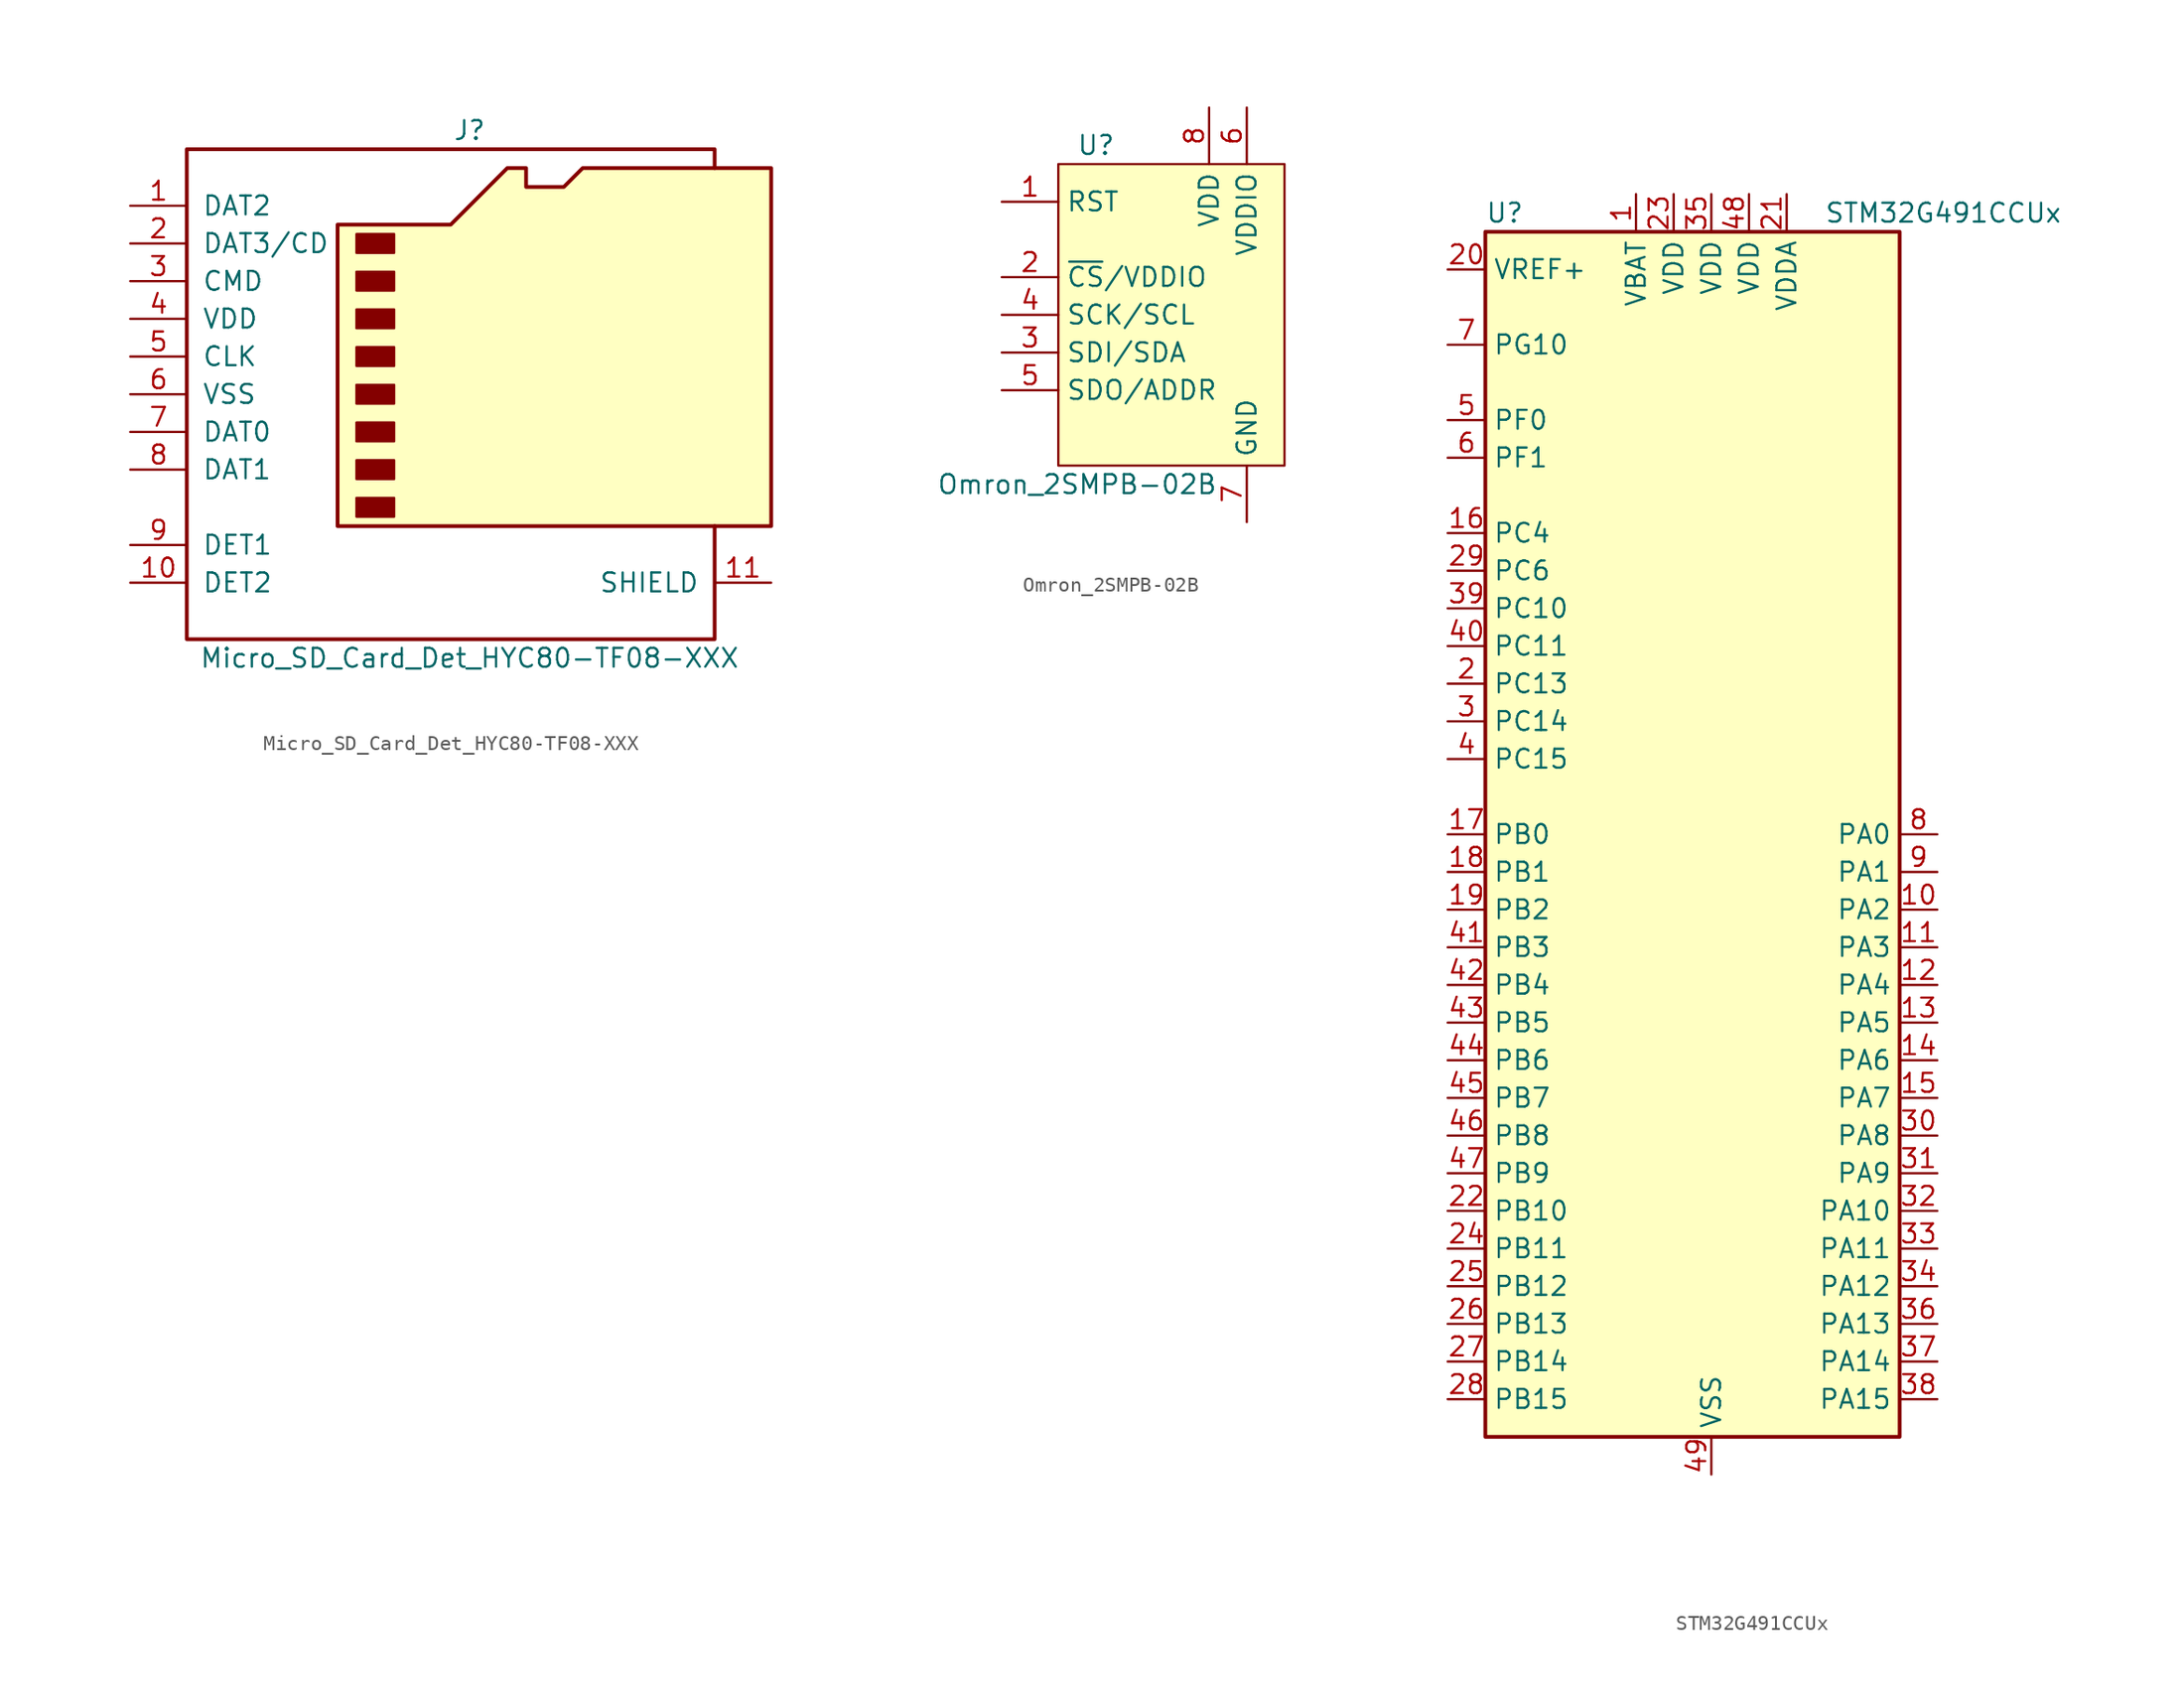
<source format=kicad_sym>
(kicad_symbol_lib
  (version 20210619)
  (generator kicad_symbol_editor)
  (symbol "flightcontroller-symbols:Micro_SD_Card_Det_HYC80-TF08-XXX"
    (pin_names
      (offset 1.016))
    (property "Reference" "J"
      (at 0 17.78 0)
      (effects (font (size 1.27 1.27))))
    (property "Value" "Micro_SD_Card_Det_HYC80-TF08-XXX"
      (at 0 -17.78 0)
      (effects (font (size 1.27 1.27))))
    (symbol "Micro_SD_Card_Det_HYC80-TF08-XXX_0_1"
      (rectangle (start -7.62 -6.985) (end -5.08 -8.255) (stroke (width 0)) (fill (type outline)))
      (rectangle (start -7.62 -4.445) (end -5.08 -5.715) (stroke (width 0)) (fill (type outline)))
      (rectangle (start -7.62 -1.905) (end -5.08 -3.175) (stroke (width 0)) (fill (type outline)))
      (rectangle (start -7.62 0.635) (end -5.08 -0.635) (stroke (width 0)) (fill (type outline)))
      (rectangle (start -7.62 3.175) (end -5.08 1.905) (stroke (width 0)) (fill (type outline)))
      (rectangle (start -7.62 5.715) (end -5.08 4.445) (stroke (width 0)) (fill (type outline)))
      (rectangle (start -7.62 8.255) (end -5.08 6.985) (stroke (width 0)) (fill (type outline)))
      (rectangle (start -7.62 10.795) (end -5.08 9.525) (stroke (width 0)) (fill (type outline)))
      (polyline (pts (xy 16.51 15.24) (xy 16.51 16.51) (xy -19.05 16.51) (xy -19.05 -16.51) (xy 16.51 -16.51) (xy 16.51 -8.89)) (stroke (width 0.254)) (fill (type none)))
      (polyline (pts (xy -8.89 -8.89) (xy -8.89 11.43) (xy -1.27 11.43) (xy 2.54 15.24) (xy 3.81 15.24) (xy 3.81 13.97) (xy 6.35 13.97) (xy 7.62 15.24) (xy 20.32 15.24) (xy 20.32 -8.89) (xy -8.89 -8.89)) (stroke (width 0.254)) (fill (type background))))
    (symbol "Micro_SD_Card_Det_HYC80-TF08-XXX_1_1"
      (pin bidirectional line (at -22.86 12.7 0) (length 3.81) (name "DAT2" (effects (font (size 1.27 1.27)))) (number "1" (effects (font (size 1.27 1.27)))))
      (pin passive line (at -22.86 -12.7 0) (length 3.81) (name "DET2" (effects (font (size 1.27 1.27)))) (number "10" (effects (font (size 1.27 1.27)))))
      (pin passive line (at 20.32 -12.7 180) (length 3.81) (name "SHIELD" (effects (font (size 1.27 1.27)))) (number "11" (effects (font (size 1.27 1.27)))))
      (pin bidirectional line (at -22.86 10.16 0) (length 3.81) (name "DAT3/CD" (effects (font (size 1.27 1.27)))) (number "2" (effects (font (size 1.27 1.27)))))
      (pin input line (at -22.86 7.62 0) (length 3.81) (name "CMD" (effects (font (size 1.27 1.27)))) (number "3" (effects (font (size 1.27 1.27)))))
      (pin power_in line (at -22.86 5.08 0) (length 3.81) (name "VDD" (effects (font (size 1.27 1.27)))) (number "4" (effects (font (size 1.27 1.27)))))
      (pin input line (at -22.86 2.54 0) (length 3.81) (name "CLK" (effects (font (size 1.27 1.27)))) (number "5" (effects (font (size 1.27 1.27)))))
      (pin power_in line (at -22.86 0 0) (length 3.81) (name "VSS" (effects (font (size 1.27 1.27)))) (number "6" (effects (font (size 1.27 1.27)))))
      (pin bidirectional line (at -22.86 -2.54 0) (length 3.81) (name "DAT0" (effects (font (size 1.27 1.27)))) (number "7" (effects (font (size 1.27 1.27)))))
      (pin bidirectional line (at -22.86 -5.08 0) (length 3.81) (name "DAT1" (effects (font (size 1.27 1.27)))) (number "8" (effects (font (size 1.27 1.27)))))
      (pin passive line (at -22.86 -10.16 0) (length 3.81) (name "DET1" (effects (font (size 1.27 1.27)))) (number "9" (effects (font (size 1.27 1.27)))))))
  (symbol "flightcontroller-symbols:Omron_2SMPB-02B"
    (property "Reference" "U"
      (at -5.08 11.43 0)
      (effects (font (size 1.27 1.27))))
    (property "Value" "Omron_2SMPB-02B"
      (at -6.35 -11.43 0)
      (effects (font (size 1.27 1.27))))
    (symbol "Omron_2SMPB-02B_0_1"
      (rectangle (start -7.62 10.16) (end 7.62 -10.16) (stroke (width 0.152)) (fill (type background))))
    (symbol "Omron_2SMPB-02B_1_1"
      (pin input line (at -11.43 7.62 0) (length 3.81) (name "RST" (effects (font (size 1.27 1.27)))) (number "1" (effects (font (size 1.27 1.27)))))
      (pin input line (at -11.43 2.54 0) (length 3.81) (name "~{CS}/VDDIO" (effects (font (size 1.27 1.27)))) (number "2" (effects (font (size 1.27 1.27)))))
      (pin bidirectional line (at -11.43 -2.54 0) (length 3.81) (name "SDI/SDA" (effects (font (size 1.27 1.27)))) (number "3" (effects (font (size 1.27 1.27)))))
      (pin bidirectional line (at -11.43 0 0) (length 3.81) (name "SCK/SCL" (effects (font (size 1.27 1.27)))) (number "4" (effects (font (size 1.27 1.27)))))
      (pin bidirectional line (at -11.43 -5.08 0) (length 3.81) (name "SDO/ADDR" (effects (font (size 1.27 1.27)))) (number "5" (effects (font (size 1.27 1.27)))))
      (pin power_in line (at 5.08 13.97 270) (length 3.81) (name "VDDIO" (effects (font (size 1.27 1.27)))) (number "6" (effects (font (size 1.27 1.27)))))
      (pin power_in line (at 5.08 -13.97 90) (length 3.81) (name "GND" (effects (font (size 1.27 1.27)))) (number "7" (effects (font (size 1.27 1.27)))))
      (pin power_in line (at 2.54 13.97 270) (length 3.81) (name "VDD" (effects (font (size 1.27 1.27)))) (number "8" (effects (font (size 1.27 1.27)))))))
  (symbol "MCU_ST_STM32G4:STM32G491CCUx"
    (property "Reference" "U"
      (at -15.24 41.91 0)
      (effects (font (size 1.27 1.27)) (justify left)))
    (property "Value" "STM32G491CCUx"
      (at 7.62 41.91 0)
      (effects (font (size 1.27 1.27)) (justify left)))
    (property "ki_fp_filters" "QFN*1EP*7x7mm*P0.5mm*"
      (at 0 0 0)
      (effects (font (size 1.27 1.27))))
    (symbol "STM32G491CCUx_0_1"
      (rectangle (start -15.24 -40.64) (end 12.7 40.64) (stroke (width 0.254)) (fill (type background))))
    (symbol "STM32G491CCUx_1_1"
      (pin bidirectional line (at -17.78 -38.1 0) (length 2.54) (name "PB15" (effects (font (size 1.27 1.27)))) (number "28" (effects (font (size 1.27 1.27)))))
      (pin bidirectional line (at -17.78 -35.56 0) (length 2.54) (name "PB14" (effects (font (size 1.27 1.27)))) (number "27" (effects (font (size 1.27 1.27)))))
      (pin bidirectional line (at -17.78 -33.02 0) (length 2.54) (name "PB13" (effects (font (size 1.27 1.27)))) (number "26" (effects (font (size 1.27 1.27)))))
      (pin bidirectional line (at -17.78 -30.48 0) (length 2.54) (name "PB12" (effects (font (size 1.27 1.27)))) (number "25" (effects (font (size 1.27 1.27)))))
      (pin bidirectional line (at -17.78 -27.94 0) (length 2.54) (name "PB11" (effects (font (size 1.27 1.27)))) (number "24" (effects (font (size 1.27 1.27)))))
      (pin bidirectional line (at -17.78 -25.4 0) (length 2.54) (name "PB10" (effects (font (size 1.27 1.27)))) (number "22" (effects (font (size 1.27 1.27)))))
      (pin bidirectional line (at -17.78 -22.86 0) (length 2.54) (name "PB9" (effects (font (size 1.27 1.27)))) (number "47" (effects (font (size 1.27 1.27)))))
      (pin bidirectional line (at -17.78 -20.32 0) (length 2.54) (name "PB8" (effects (font (size 1.27 1.27)))) (number "46" (effects (font (size 1.27 1.27)))))
      (pin bidirectional line (at -17.78 -17.78 0) (length 2.54) (name "PB7" (effects (font (size 1.27 1.27)))) (number "45" (effects (font (size 1.27 1.27)))))
      (pin bidirectional line (at -17.78 -15.24 0) (length 2.54) (name "PB6" (effects (font (size 1.27 1.27)))) (number "44" (effects (font (size 1.27 1.27)))))
      (pin bidirectional line (at -17.78 -12.7 0) (length 2.54) (name "PB5" (effects (font (size 1.27 1.27)))) (number "43" (effects (font (size 1.27 1.27)))))
      (pin bidirectional line (at -17.78 -10.16 0) (length 2.54) (name "PB4" (effects (font (size 1.27 1.27)))) (number "42" (effects (font (size 1.27 1.27)))))
      (pin bidirectional line (at -17.78 -7.62 0) (length 2.54) (name "PB3" (effects (font (size 1.27 1.27)))) (number "41" (effects (font (size 1.27 1.27)))))
      (pin bidirectional line (at -17.78 -5.08 0) (length 2.54) (name "PB2" (effects (font (size 1.27 1.27)))) (number "19" (effects (font (size 1.27 1.27)))))
      (pin bidirectional line (at -17.78 -2.54 0) (length 2.54) (name "PB1" (effects (font (size 1.27 1.27)))) (number "18" (effects (font (size 1.27 1.27)))))
      (pin bidirectional line (at -17.78 0.0 0) (length 2.54) (name "PB0" (effects (font (size 1.27 1.27)))) (number "17" (effects (font (size 1.27 1.27)))))
      (pin bidirectional line (at -17.78 5.08 0) (length 2.54) (name "PC15" (effects (font (size 1.27 1.27)))) (number "4" (effects (font (size 1.27 1.27)))))
      (pin bidirectional line (at -17.78 7.62 0) (length 2.54) (name "PC14" (effects (font (size 1.27 1.27)))) (number "3" (effects (font (size 1.27 1.27)))))
      (pin bidirectional line (at -17.78 10.16 0) (length 2.54) (name "PC13" (effects (font (size 1.27 1.27)))) (number "2" (effects (font (size 1.27 1.27)))))
      (pin bidirectional line (at -17.78 12.7 0) (length 2.54) (name "PC11" (effects (font (size 1.27 1.27)))) (number "40" (effects (font (size 1.27 1.27)))))
      (pin bidirectional line (at -17.78 15.24 0) (length 2.54) (name "PC10" (effects (font (size 1.27 1.27)))) (number "39" (effects (font (size 1.27 1.27)))))
      (pin bidirectional line (at -17.78 17.78 0) (length 2.54) (name "PC6" (effects (font (size 1.27 1.27)))) (number "29" (effects (font (size 1.27 1.27)))))
      (pin bidirectional line (at -17.78 20.32 0) (length 2.54) (name "PC4" (effects (font (size 1.27 1.27)))) (number "16" (effects (font (size 1.27 1.27)))))
      (pin input line (at -17.78 25.4 0) (length 2.54) (name "PF1" (effects (font (size 1.27 1.27)))) (number "6" (effects (font (size 1.27 1.27)))))
      (pin input line (at -17.78 27.94 0) (length 2.54) (name "PF0" (effects (font (size 1.27 1.27)))) (number "5" (effects (font (size 1.27 1.27)))))
      (pin bidirectional line (at -17.78 33.02 0) (length 2.54) (name "PG10" (effects (font (size 1.27 1.27)))) (number "7" (effects (font (size 1.27 1.27)))))
      (pin bidirectional line (at -17.78 38.1 0) (length 2.54) (name "VREF+" (effects (font (size 1.27 1.27)))) (number "20" (effects (font (size 1.27 1.27)))))
      (pin bidirectional line (at 15.24 -38.1 180) (length 2.54) (name "PA15" (effects (font (size 1.27 1.27)))) (number "38" (effects (font (size 1.27 1.27)))))
      (pin bidirectional line (at 15.24 -35.56 180) (length 2.54) (name "PA14" (effects (font (size 1.27 1.27)))) (number "37" (effects (font (size 1.27 1.27)))))
      (pin bidirectional line (at 15.24 -33.02 180) (length 2.54) (name "PA13" (effects (font (size 1.27 1.27)))) (number "36" (effects (font (size 1.27 1.27)))))
      (pin bidirectional line (at 15.24 -30.48 180) (length 2.54) (name "PA12" (effects (font (size 1.27 1.27)))) (number "34" (effects (font (size 1.27 1.27)))))
      (pin bidirectional line (at 15.24 -27.94 180) (length 2.54) (name "PA11" (effects (font (size 1.27 1.27)))) (number "33" (effects (font (size 1.27 1.27)))))
      (pin bidirectional line (at 15.24 -25.4 180) (length 2.54) (name "PA10" (effects (font (size 1.27 1.27)))) (number "32" (effects (font (size 1.27 1.27)))))
      (pin bidirectional line (at 15.24 -22.86 180) (length 2.54) (name "PA9" (effects (font (size 1.27 1.27)))) (number "31" (effects (font (size 1.27 1.27)))))
      (pin bidirectional line (at 15.24 -20.32 180) (length 2.54) (name "PA8" (effects (font (size 1.27 1.27)))) (number "30" (effects (font (size 1.27 1.27)))))
      (pin bidirectional line (at 15.24 -17.78 180) (length 2.54) (name "PA7" (effects (font (size 1.27 1.27)))) (number "15" (effects (font (size 1.27 1.27)))))
      (pin bidirectional line (at 15.24 -15.24 180) (length 2.54) (name "PA6" (effects (font (size 1.27 1.27)))) (number "14" (effects (font (size 1.27 1.27)))))
      (pin bidirectional line (at 15.24 -12.7 180) (length 2.54) (name "PA5" (effects (font (size 1.27 1.27)))) (number "13" (effects (font (size 1.27 1.27)))))
      (pin bidirectional line (at 15.24 -10.16 180) (length 2.54) (name "PA4" (effects (font (size 1.27 1.27)))) (number "12" (effects (font (size 1.27 1.27)))))
      (pin bidirectional line (at 15.24 -7.62 180) (length 2.54) (name "PA3" (effects (font (size 1.27 1.27)))) (number "11" (effects (font (size 1.27 1.27)))))
      (pin bidirectional line (at 15.24 -5.08 180) (length 2.54) (name "PA2" (effects (font (size 1.27 1.27)))) (number "10" (effects (font (size 1.27 1.27)))))
      (pin bidirectional line (at 15.24 -2.54 180) (length 2.54) (name "PA1" (effects (font (size 1.27 1.27)))) (number "9" (effects (font (size 1.27 1.27)))))
      (pin bidirectional line (at 15.24 0.0 180) (length 2.54) (name "PA0" (effects (font (size 1.27 1.27)))) (number "8" (effects (font (size 1.27 1.27)))))
      (pin power_in line (at -5.08 43.18 270) (length 2.54) (name "VBAT" (effects (font (size 1.27 1.27)))) (number "1" (effects (font (size 1.27 1.27)))))
      (pin power_in line (at -2.54 43.18 270) (length 2.54) (name "VDD" (effects (font (size 1.27 1.27)))) (number "23" (effects (font (size 1.27 1.27)))))
      (pin power_in line (at 0.0 43.18 270) (length 2.54) (name "VDD" (effects (font (size 1.27 1.27)))) (number "35" (effects (font (size 1.27 1.27)))))
      (pin power_in line (at 2.54 43.18 270) (length 2.54) (name "VDD" (effects (font (size 1.27 1.27)))) (number "48" (effects (font (size 1.27 1.27)))))
      (pin power_in line (at 5.08 43.18 270) (length 2.54) (name "VDDA" (effects (font (size 1.27 1.27)))) (number "21" (effects (font (size 1.27 1.27)))))
      (pin power_in line (at 0.0 -43.18 90) (length 2.54) (name "VSS" (effects (font (size 1.27 1.27)))) (number "49" (effects (font (size 1.27 1.27))))))))
</source>
